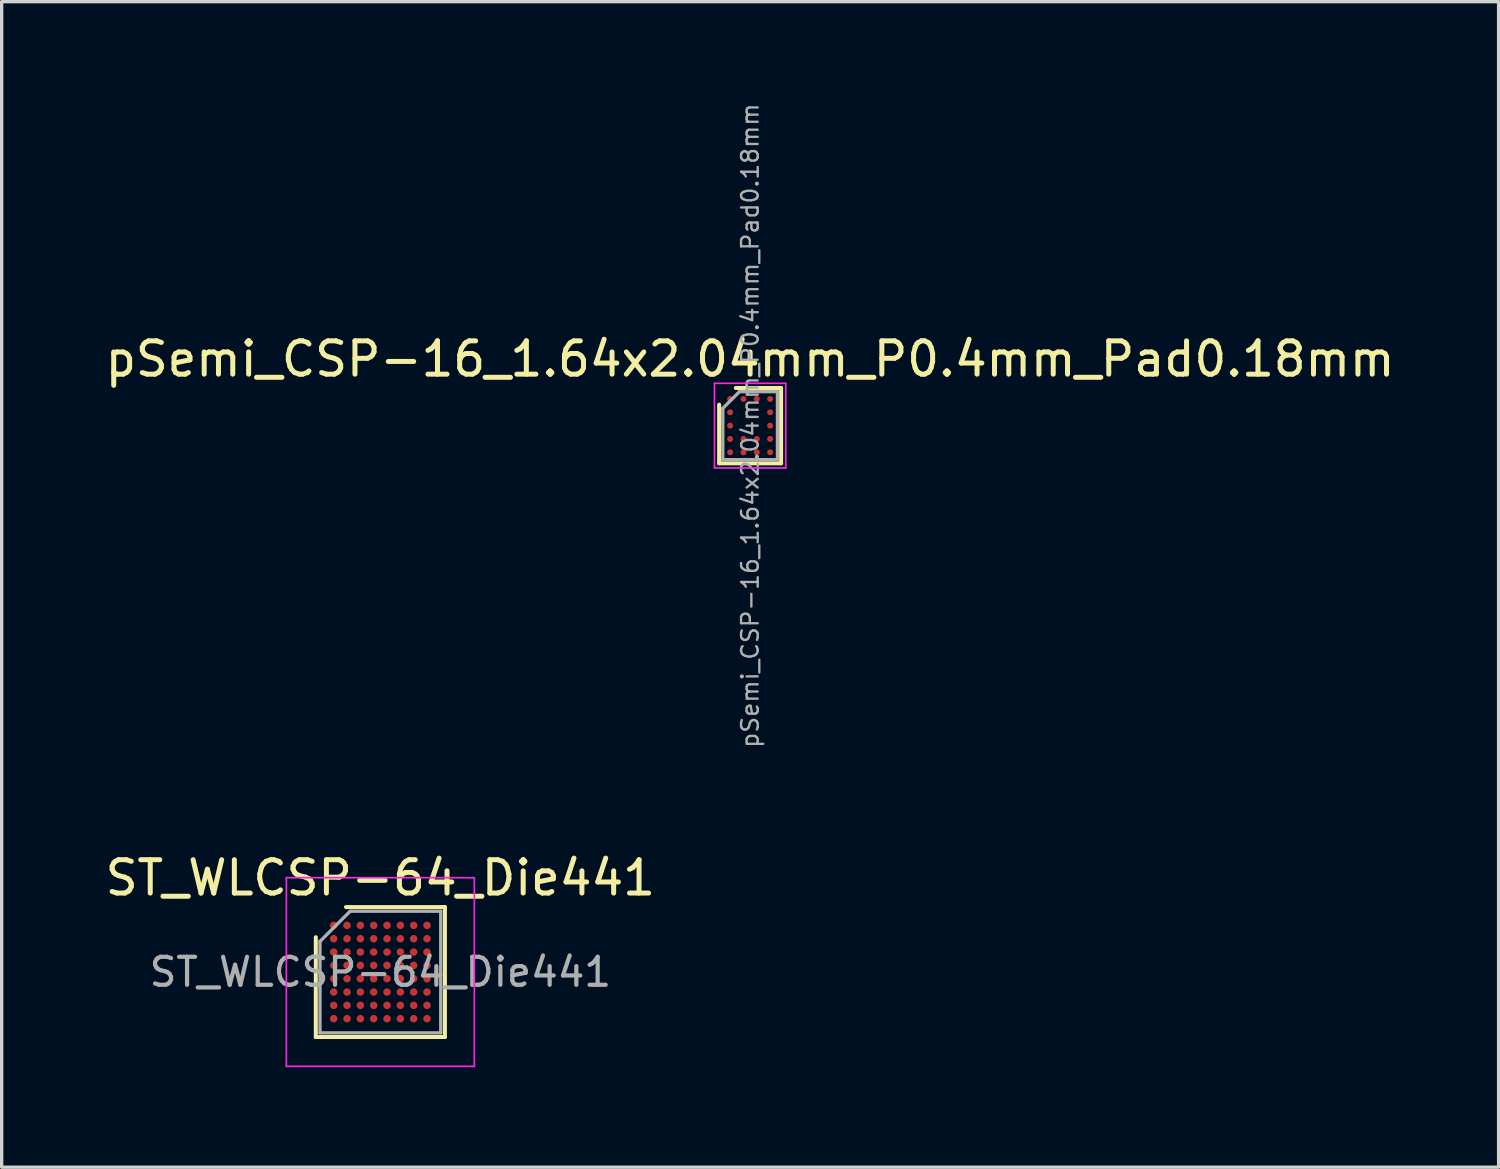
<source format=kicad_pcb>
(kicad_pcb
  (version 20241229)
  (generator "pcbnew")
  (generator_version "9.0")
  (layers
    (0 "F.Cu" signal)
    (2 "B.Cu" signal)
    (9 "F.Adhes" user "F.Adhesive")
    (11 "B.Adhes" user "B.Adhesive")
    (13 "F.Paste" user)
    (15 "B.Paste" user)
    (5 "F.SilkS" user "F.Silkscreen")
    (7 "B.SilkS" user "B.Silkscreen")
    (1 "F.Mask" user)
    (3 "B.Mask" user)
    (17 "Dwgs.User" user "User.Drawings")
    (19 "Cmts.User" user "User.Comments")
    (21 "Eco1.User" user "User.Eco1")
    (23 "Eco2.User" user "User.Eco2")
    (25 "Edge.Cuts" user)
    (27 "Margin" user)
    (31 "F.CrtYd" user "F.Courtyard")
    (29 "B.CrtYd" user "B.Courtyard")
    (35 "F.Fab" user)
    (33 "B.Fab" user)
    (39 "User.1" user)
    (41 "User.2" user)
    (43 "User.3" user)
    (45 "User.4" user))
  (footprint "ST_WLCSP-64_Die441"
    (layer "F.Cu")
    (at 8.363 26.117)
    (property "Reference" "ST_WLCSP-64_Die441" (at 0 -2.825 0) (layer "F.SilkS") (effects (font (size 1 1) (thickness 0.15))))
    (attr smd)
    (fp_line (start -1.937 1.95) (end -1.937 -1.045) (stroke (width 0.12) (type solid)) (layer "F.SilkS"))
    (fp_line (start -1.031 -1.95) (end 1.937 -1.95) (stroke (width 0.12) (type solid)) (layer "F.SilkS"))
    (fp_line (start 1.937 -1.95) (end 1.937 1.95) (stroke (width 0.12) (type solid)) (layer "F.SilkS"))
    (fp_line (start 1.937 1.95) (end -1.937 1.95) (stroke (width 0.12) (type solid)) (layer "F.SilkS"))
    (fp_line (start -2.82 -2.83) (end -2.82 2.83) (stroke (width 0.05) (type solid)) (layer "F.CrtYd"))
    (fp_line (start -2.82 2.83) (end 2.82 2.83) (stroke (width 0.05) (type solid)) (layer "F.CrtYd"))
    (fp_line (start 2.82 -2.83) (end -2.82 -2.83) (stroke (width 0.05) (type solid)) (layer "F.CrtYd"))
    (fp_line (start 2.82 2.83) (end 2.82 -2.83) (stroke (width 0.05) (type solid)) (layer "F.CrtYd"))
    (fp_line (start -1.812 -0.92) (end -0.906 -1.825) (stroke (width 0.1) (type solid)) (layer "F.Fab"))
    (fp_line (start -1.812 1.825) (end -1.812 -0.92) (stroke (width 0.1) (type solid)) (layer "F.Fab"))
    (fp_line (start -0.906 -1.825) (end 1.812 -1.825) (stroke (width 0.1) (type solid)) (layer "F.Fab"))
    (fp_line (start 1.812 -1.825) (end 1.812 1.825) (stroke (width 0.1) (type solid)) (layer "F.Fab"))
    (fp_line (start 1.812 1.825) (end -1.812 1.825) (stroke (width 0.1) (type solid)) (layer "F.Fab"))
    (fp_text user "${REFERENCE}" (at 0 0 0) (layer "F.Fab") (effects (font (size 0.84 0.84) (thickness 0.126))))
    (pad "A1" smd circle (at -1.4 -1.4) (size 0.225 0.225) (layers "F.Cu" "F.Mask" "F.Paste"))
    (pad "A2" smd circle (at -1 -1.4) (size 0.225 0.225) (layers "F.Cu" "F.Mask" "F.Paste"))
    (pad "A3" smd circle (at -0.6 -1.4) (size 0.225 0.225) (layers "F.Cu" "F.Mask" "F.Paste"))
    (pad "A4" smd circle (at -0.2 -1.4) (size 0.225 0.225) (layers "F.Cu" "F.Mask" "F.Paste"))
    (pad "A5" smd circle (at 0.2 -1.4) (size 0.225 0.225) (layers "F.Cu" "F.Mask" "F.Paste"))
    (pad "A6" smd circle (at 0.6 -1.4) (size 0.225 0.225) (layers "F.Cu" "F.Mask" "F.Paste"))
    (pad "A7" smd circle (at 1 -1.4) (size 0.225 0.225) (layers "F.Cu" "F.Mask" "F.Paste"))
    (pad "A8" smd circle (at 1.4 -1.4) (size 0.225 0.225) (layers "F.Cu" "F.Mask" "F.Paste"))
    (pad "B1" smd circle (at -1.4 -1) (size 0.225 0.225) (layers "F.Cu" "F.Mask" "F.Paste"))
    (pad "B2" smd circle (at -1 -1) (size 0.225 0.225) (layers "F.Cu" "F.Mask" "F.Paste"))
    (pad "B3" smd circle (at -0.6 -1) (size 0.225 0.225) (layers "F.Cu" "F.Mask" "F.Paste"))
    (pad "B4" smd circle (at -0.2 -1) (size 0.225 0.225) (layers "F.Cu" "F.Mask" "F.Paste"))
    (pad "B5" smd circle (at 0.2 -1) (size 0.225 0.225) (layers "F.Cu" "F.Mask" "F.Paste"))
    (pad "B6" smd circle (at 0.6 -1) (size 0.225 0.225) (layers "F.Cu" "F.Mask" "F.Paste"))
    (pad "B7" smd circle (at 1 -1) (size 0.225 0.225) (layers "F.Cu" "F.Mask" "F.Paste"))
    (pad "B8" smd circle (at 1.4 -1) (size 0.225 0.225) (layers "F.Cu" "F.Mask" "F.Paste"))
    (pad "C1" smd circle (at -1.4 -0.6) (size 0.225 0.225) (layers "F.Cu" "F.Mask" "F.Paste"))
    (pad "C2" smd circle (at -1 -0.6) (size 0.225 0.225) (layers "F.Cu" "F.Mask" "F.Paste"))
    (pad "C3" smd circle (at -0.6 -0.6) (size 0.225 0.225) (layers "F.Cu" "F.Mask" "F.Paste"))
    (pad "C4" smd circle (at -0.2 -0.6) (size 0.225 0.225) (layers "F.Cu" "F.Mask" "F.Paste"))
    (pad "C5" smd circle (at 0.2 -0.6) (size 0.225 0.225) (layers "F.Cu" "F.Mask" "F.Paste"))
    (pad "C6" smd circle (at 0.6 -0.6) (size 0.225 0.225) (layers "F.Cu" "F.Mask" "F.Paste"))
    (pad "C7" smd circle (at 1 -0.6) (size 0.225 0.225) (layers "F.Cu" "F.Mask" "F.Paste"))
    (pad "C8" smd circle (at 1.4 -0.6) (size 0.225 0.225) (layers "F.Cu" "F.Mask" "F.Paste"))
    (pad "D1" smd circle (at -1.4 -0.2) (size 0.225 0.225) (layers "F.Cu" "F.Mask" "F.Paste"))
    (pad "D2" smd circle (at -1 -0.2) (size 0.225 0.225) (layers "F.Cu" "F.Mask" "F.Paste"))
    (pad "D3" smd circle (at -0.6 -0.2) (size 0.225 0.225) (layers "F.Cu" "F.Mask" "F.Paste"))
    (pad "D4" smd circle (at -0.2 -0.2) (size 0.225 0.225) (layers "F.Cu" "F.Mask" "F.Paste"))
    (pad "D5" smd circle (at 0.2 -0.2) (size 0.225 0.225) (layers "F.Cu" "F.Mask" "F.Paste"))
    (pad "D6" smd circle (at 0.6 -0.2) (size 0.225 0.225) (layers "F.Cu" "F.Mask" "F.Paste"))
    (pad "D7" smd circle (at 1 -0.2) (size 0.225 0.225) (layers "F.Cu" "F.Mask" "F.Paste"))
    (pad "D8" smd circle (at 1.4 -0.2) (size 0.225 0.225) (layers "F.Cu" "F.Mask" "F.Paste"))
    (pad "E1" smd circle (at -1.4 0.2) (size 0.225 0.225) (layers "F.Cu" "F.Mask" "F.Paste"))
    (pad "E2" smd circle (at -1 0.2) (size 0.225 0.225) (layers "F.Cu" "F.Mask" "F.Paste"))
    (pad "E3" smd circle (at -0.6 0.2) (size 0.225 0.225) (layers "F.Cu" "F.Mask" "F.Paste"))
    (pad "E4" smd circle (at -0.2 0.2) (size 0.225 0.225) (layers "F.Cu" "F.Mask" "F.Paste"))
    (pad "E5" smd circle (at 0.2 0.2) (size 0.225 0.225) (layers "F.Cu" "F.Mask" "F.Paste"))
    (pad "E6" smd circle (at 0.6 0.2) (size 0.225 0.225) (layers "F.Cu" "F.Mask" "F.Paste"))
    (pad "E7" smd circle (at 1 0.2) (size 0.225 0.225) (layers "F.Cu" "F.Mask" "F.Paste"))
    (pad "E8" smd circle (at 1.4 0.2) (size 0.225 0.225) (layers "F.Cu" "F.Mask" "F.Paste"))
    (pad "F1" smd circle (at -1.4 0.6) (size 0.225 0.225) (layers "F.Cu" "F.Mask" "F.Paste"))
    (pad "F2" smd circle (at -1 0.6) (size 0.225 0.225) (layers "F.Cu" "F.Mask" "F.Paste"))
    (pad "F3" smd circle (at -0.6 0.6) (size 0.225 0.225) (layers "F.Cu" "F.Mask" "F.Paste"))
    (pad "F4" smd circle (at -0.2 0.6) (size 0.225 0.225) (layers "F.Cu" "F.Mask" "F.Paste"))
    (pad "F5" smd circle (at 0.2 0.6) (size 0.225 0.225) (layers "F.Cu" "F.Mask" "F.Paste"))
    (pad "F6" smd circle (at 0.6 0.6) (size 0.225 0.225) (layers "F.Cu" "F.Mask" "F.Paste"))
    (pad "F7" smd circle (at 1 0.6) (size 0.225 0.225) (layers "F.Cu" "F.Mask" "F.Paste"))
    (pad "F8" smd circle (at 1.4 0.6) (size 0.225 0.225) (layers "F.Cu" "F.Mask" "F.Paste"))
    (pad "G1" smd circle (at -1.4 1) (size 0.225 0.225) (layers "F.Cu" "F.Mask" "F.Paste"))
    (pad "G2" smd circle (at -1 1) (size 0.225 0.225) (layers "F.Cu" "F.Mask" "F.Paste"))
    (pad "G3" smd circle (at -0.6 1) (size 0.225 0.225) (layers "F.Cu" "F.Mask" "F.Paste"))
    (pad "G4" smd circle (at -0.2 1) (size 0.225 0.225) (layers "F.Cu" "F.Mask" "F.Paste"))
    (pad "G5" smd circle (at 0.2 1) (size 0.225 0.225) (layers "F.Cu" "F.Mask" "F.Paste"))
    (pad "G6" smd circle (at 0.6 1) (size 0.225 0.225) (layers "F.Cu" "F.Mask" "F.Paste"))
    (pad "G7" smd circle (at 1 1) (size 0.225 0.225) (layers "F.Cu" "F.Mask" "F.Paste"))
    (pad "G8" smd circle (at 1.4 1) (size 0.225 0.225) (layers "F.Cu" "F.Mask" "F.Paste"))
    (pad "H1" smd circle (at -1.4 1.4) (size 0.225 0.225) (layers "F.Cu" "F.Mask" "F.Paste"))
    (pad "H2" smd circle (at -1 1.4) (size 0.225 0.225) (layers "F.Cu" "F.Mask" "F.Paste"))
    (pad "H3" smd circle (at -0.6 1.4) (size 0.225 0.225) (layers "F.Cu" "F.Mask" "F.Paste"))
    (pad "H4" smd circle (at -0.2 1.4) (size 0.225 0.225) (layers "F.Cu" "F.Mask" "F.Paste"))
    (pad "H5" smd circle (at 0.2 1.4) (size 0.225 0.225) (layers "F.Cu" "F.Mask" "F.Paste"))
    (pad "H6" smd circle (at 0.6 1.4) (size 0.225 0.225) (layers "F.Cu" "F.Mask" "F.Paste"))
    (pad "H7" smd circle (at 1 1.4) (size 0.225 0.225) (layers "F.Cu" "F.Mask" "F.Paste"))
    (pad "H8" smd circle (at 1.4 1.4) (size 0.225 0.225) (layers "F.Cu" "F.Mask" "F.Paste")))
  (footprint "pSemi_CSP-16_1.64x2.04mm_P0.4mm_Pad0.18mm"
    (layer "F.Cu")
    (at 19.458 9.722)
    (property "Reference" "pSemi_CSP-16_1.64x2.04mm_P0.4mm_Pad0.18mm" (at 0 -2 0) (layer "F.SilkS") (effects (font (size 1 1) (thickness 0.15))))
    (attr smd)
    (fp_line (start -0.93 -0.63) (end -0.93 1.13) (stroke (width 0.12) (type solid)) (layer "F.SilkS"))
    (fp_line (start 0.93 -1.13) (end -0.43 -1.13) (stroke (width 0.12) (type solid)) (layer "F.SilkS"))
    (fp_line (start 0.93 -1.13) (end 0.93 1.13) (stroke (width 0.12) (type solid)) (layer "F.SilkS"))
    (fp_line (start 0.93 1.13) (end -0.93 1.13) (stroke (width 0.12) (type solid)) (layer "F.SilkS"))
    (fp_line (start -1.07 -1.27) (end -1.07 1.27) (stroke (width 0.05) (type solid)) (layer "F.CrtYd"))
    (fp_line (start 1.07 -1.27) (end -1.07 -1.27) (stroke (width 0.05) (type solid)) (layer "F.CrtYd"))
    (fp_line (start 1.07 -1.27) (end 1.07 1.27) (stroke (width 0.05) (type solid)) (layer "F.CrtYd"))
    (fp_line (start 1.07 1.27) (end -1.07 1.27) (stroke (width 0.05) (type solid)) (layer "F.CrtYd"))
    (fp_line (start -0.82 1.02) (end -0.82 -0.52) (stroke (width 0.1) (type solid)) (layer "F.Fab"))
    (fp_line (start -0.32 -1.02) (end -0.82 -0.52) (stroke (width 0.1) (type solid)) (layer "F.Fab"))
    (fp_line (start -0.32 -1.02) (end 0.82 -1.02) (stroke (width 0.1) (type solid)) (layer "F.Fab"))
    (fp_line (start 0.82 -1.02) (end 0.82 1.02) (stroke (width 0.1) (type solid)) (layer "F.Fab"))
    (fp_line (start 0.82 1.02) (end -0.82 1.02) (stroke (width 0.1) (type solid)) (layer "F.Fab"))
    (fp_text user "${REFERENCE}" (at 0 0 90) (layer "F.Fab") (effects (font (size 0.5 0.5) (thickness 0.07))))
    (pad "1" smd circle (at -0.6 -0.8) (size 0.18 0.18) (layers "F.Cu" "F.Mask" "F.Paste"))
    (pad "2" smd circle (at -0.6 -0.4) (size 0.18 0.18) (layers "F.Cu" "F.Mask" "F.Paste"))
    (pad "3" smd circle (at -0.6 0) (size 0.18 0.18) (layers "F.Cu" "F.Mask" "F.Paste"))
    (pad "4" smd circle (at -0.6 0.4) (size 0.18 0.18) (layers "F.Cu" "F.Mask" "F.Paste"))
    (pad "5" smd circle (at -0.6 0.8) (size 0.18 0.18) (layers "F.Cu" "F.Mask" "F.Paste"))
    (pad "6" smd circle (at -0.2 -0.8) (size 0.18 0.18) (layers "F.Cu" "F.Mask" "F.Paste"))
    (pad "7" smd circle (at -0.2 0.4) (size 0.18 0.18) (layers "F.Cu" "F.Mask" "F.Paste"))
    (pad "8" smd circle (at -0.2 0.8) (size 0.18 0.18) (layers "F.Cu" "F.Mask" "F.Paste"))
    (pad "9" smd circle (at 0.2 -0.8) (size 0.18 0.18) (layers "F.Cu" "F.Mask" "F.Paste"))
    (pad "10" smd circle (at 0.2 0.4) (size 0.18 0.18) (layers "F.Cu" "F.Mask" "F.Paste"))
    (pad "11" smd circle (at 0.2 0.8) (size 0.18 0.18) (layers "F.Cu" "F.Mask" "F.Paste"))
    (pad "12" smd circle (at 0.6 -0.8) (size 0.18 0.18) (layers "F.Cu" "F.Mask" "F.Paste"))
    (pad "13" smd circle (at 0.6 -0.4) (size 0.18 0.18) (layers "F.Cu" "F.Mask" "F.Paste"))
    (pad "14" smd circle (at 0.6 0) (size 0.18 0.18) (layers "F.Cu" "F.Mask" "F.Paste"))
    (pad "15" smd circle (at 0.6 0.4) (size 0.18 0.18) (layers "F.Cu" "F.Mask" "F.Paste"))
    (pad "16" smd circle (at 0.6 0.8) (size 0.18 0.18) (layers "F.Cu" "F.Mask" "F.Paste")))
  (gr_rect
    (start -3 -3)
    (end 41.917 31.972)
    (stroke (width 0.1) (type default))
    (fill no)
    (layer "Edge.Cuts")))
</source>
